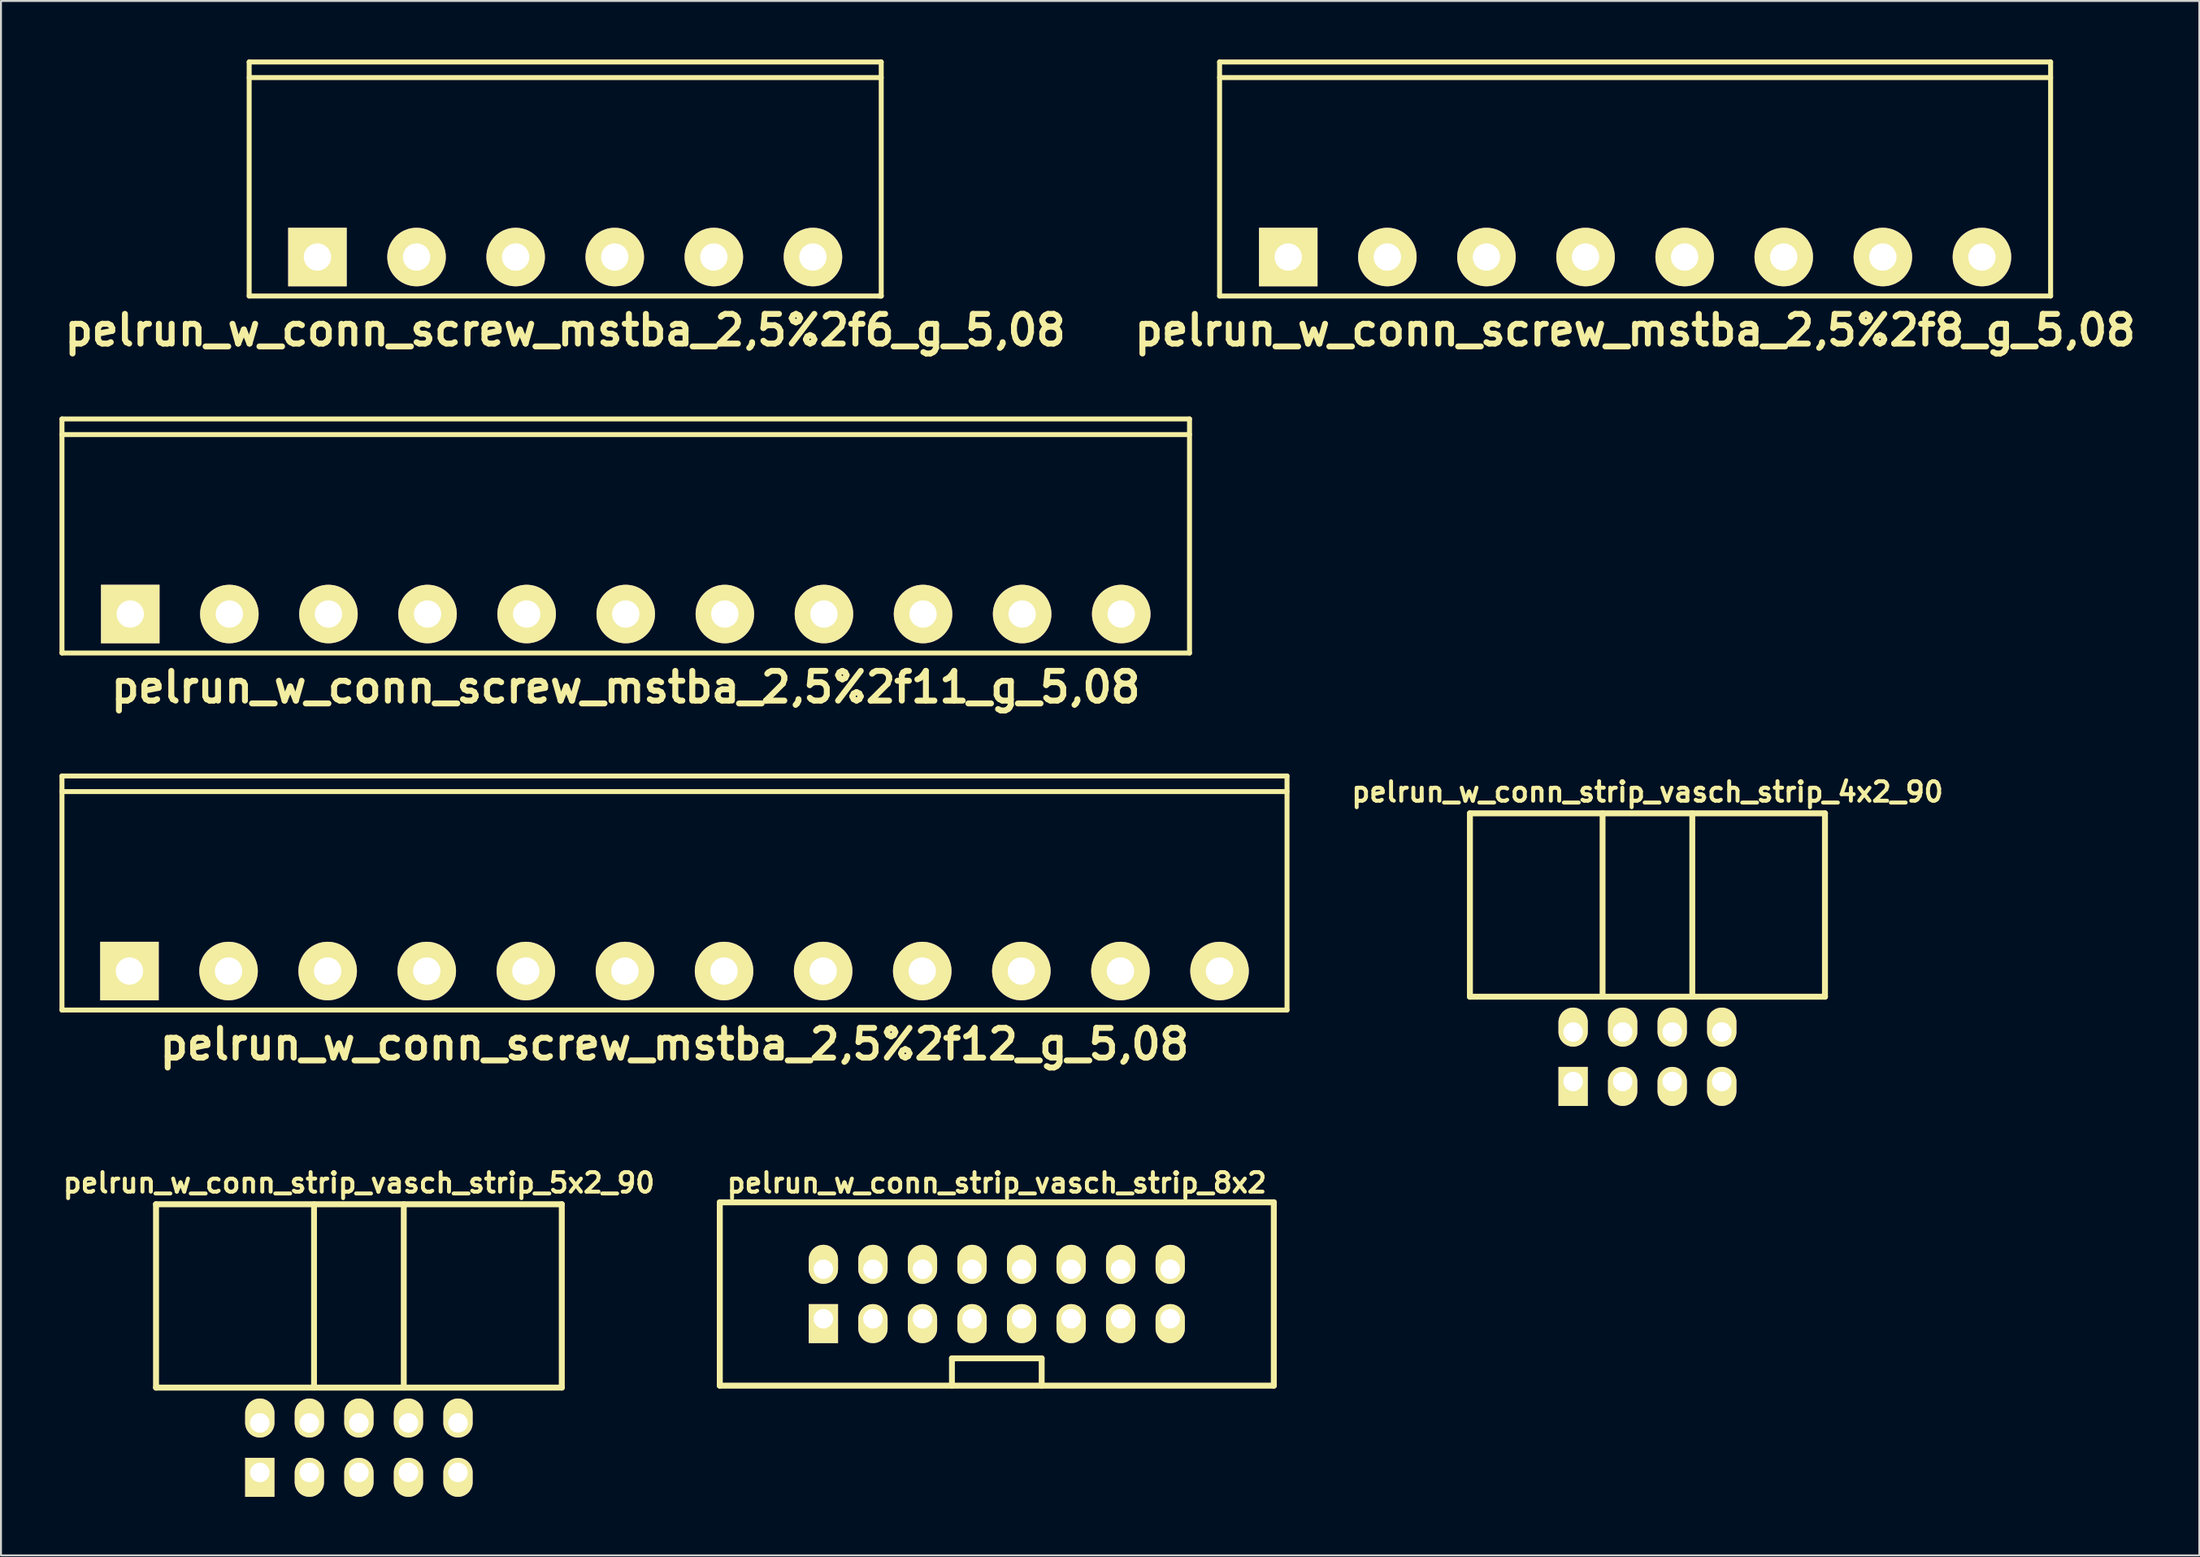
<source format=kicad_pcb>
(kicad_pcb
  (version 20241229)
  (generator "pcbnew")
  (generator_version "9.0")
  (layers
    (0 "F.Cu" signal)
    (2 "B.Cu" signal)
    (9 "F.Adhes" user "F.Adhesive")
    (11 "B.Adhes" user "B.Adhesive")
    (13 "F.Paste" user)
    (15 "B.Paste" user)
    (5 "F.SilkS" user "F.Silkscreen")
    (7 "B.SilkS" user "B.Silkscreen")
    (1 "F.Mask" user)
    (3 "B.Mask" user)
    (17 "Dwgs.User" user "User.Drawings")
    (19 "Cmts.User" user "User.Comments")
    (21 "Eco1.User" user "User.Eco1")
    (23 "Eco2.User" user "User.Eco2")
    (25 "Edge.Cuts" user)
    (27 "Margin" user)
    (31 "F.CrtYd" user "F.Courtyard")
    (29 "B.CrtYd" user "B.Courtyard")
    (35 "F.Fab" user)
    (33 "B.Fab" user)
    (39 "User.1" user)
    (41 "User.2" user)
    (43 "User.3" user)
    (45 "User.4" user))
  (footprint "pelrun_w_conn_screw_mstba_2,5%2f12_g_5,08"
    (layer "F.Cu")
    (at 31.526 46.732)
    (property "Reference" "pelrun_w_conn_screw_mstba_2,5%2f12_g_5,08" (at 0 3.749 0) (layer "F.SilkS") (effects (font (size 1.524 1.524) (thickness 0.305))))
    (attr through_hole)
    (fp_line (start -31.399 -10) (end -31.399 1.999) (stroke (width 0.254) (type solid)) (layer "F.SilkS"))
    (fp_line (start -31.399 -9.2) (end 31.399 -9.2) (stroke (width 0.254) (type solid)) (layer "F.SilkS"))
    (fp_line (start -31.399 1.999) (end 31.399 1.999) (stroke (width 0.254) (type solid)) (layer "F.SilkS"))
    (fp_line (start 31.399 -10) (end -31.399 -10) (stroke (width 0.254) (type solid)) (layer "F.SilkS"))
    (fp_line (start 31.399 1.999) (end 31.399 -10) (stroke (width 0.254) (type solid)) (layer "F.SilkS"))
    (pad "1" thru_hole rect (at -27.94 0) (size 3 3) (drill 1.4) (layers "*.Cu" "*.Mask" "F.SilkS"))
    (pad "2" thru_hole circle (at -22.86 0) (size 3 3) (drill 1.4) (layers "*.Cu" "*.Mask" "F.SilkS"))
    (pad "3" thru_hole circle (at -17.78 0) (size 3 3) (drill 1.4) (layers "*.Cu" "*.Mask" "F.SilkS"))
    (pad "4" thru_hole circle (at -12.7 0) (size 3 3) (drill 1.4) (layers "*.Cu" "*.Mask" "F.SilkS"))
    (pad "5" thru_hole circle (at -7.62 0) (size 3 3) (drill 1.4) (layers "*.Cu" "*.Mask" "F.SilkS"))
    (pad "6" thru_hole circle (at -2.54 0) (size 3 3) (drill 1.4) (layers "*.Cu" "*.Mask" "F.SilkS"))
    (pad "7" thru_hole circle (at 2.54 0) (size 3 3) (drill 1.4) (layers "*.Cu" "*.Mask" "F.SilkS"))
    (pad "8" thru_hole circle (at 7.62 0) (size 3 3) (drill 1.4) (layers "*.Cu" "*.Mask" "F.SilkS"))
    (pad "9" thru_hole circle (at 12.7 0) (size 3 3) (drill 1.4) (layers "*.Cu" "*.Mask" "F.SilkS"))
    (pad "10" thru_hole circle (at 17.78 0) (size 3 3) (drill 1.4) (layers "*.Cu" "*.Mask" "F.SilkS"))
    (pad "11" thru_hole circle (at 22.86 0) (size 3 3) (drill 1.4) (layers "*.Cu" "*.Mask" "F.SilkS"))
    (pad "12" thru_hole circle (at 27.94 0) (size 3 3) (drill 1.4) (layers "*.Cu" "*.Mask" "F.SilkS")))
  (footprint "pelrun_w_conn_screw_mstba_2,5%2f6_g_5,08"
    (layer "F.Cu")
    (at 25.923 10.127)
    (property "Reference" "pelrun_w_conn_screw_mstba_2,5%2f6_g_5,08" (at 0 3.749 0) (layer "F.SilkS") (effects (font (size 1.524 1.524) (thickness 0.305))))
    (attr through_hole)
    (fp_line (start -16.2 -10) (end 16.2 -10) (stroke (width 0.254) (type solid)) (layer "F.SilkS"))
    (fp_line (start -16.2 1.999) (end -16.2 -10) (stroke (width 0.254) (type solid)) (layer "F.SilkS"))
    (fp_line (start -16.2 1.999) (end 16.2 1.999) (stroke (width 0.254) (type solid)) (layer "F.SilkS"))
    (fp_line (start 16.2 -10) (end 16.2 1.999) (stroke (width 0.254) (type solid)) (layer "F.SilkS"))
    (fp_line (start 16.2 -9.2) (end -16.2 -9.2) (stroke (width 0.254) (type solid)) (layer "F.SilkS"))
    (fp_line (start 16.2 1.999) (end 16.101 1.999) (stroke (width 0.254) (type solid)) (layer "F.SilkS"))
    (pad "1" thru_hole rect (at -12.7 0) (size 3 3) (drill 1.4) (layers "*.Cu" "*.Mask" "F.SilkS"))
    (pad "2" thru_hole circle (at -7.62 0) (size 3 3) (drill 1.4) (layers "*.Cu" "*.Mask" "F.SilkS"))
    (pad "3" thru_hole circle (at -2.54 0) (size 3 3) (drill 1.4) (layers "*.Cu" "*.Mask" "F.SilkS"))
    (pad "4" thru_hole circle (at 2.54 0) (size 3 3) (drill 1.4) (layers "*.Cu" "*.Mask" "F.SilkS"))
    (pad "5" thru_hole circle (at 7.62 0) (size 3 3) (drill 1.4) (layers "*.Cu" "*.Mask" "F.SilkS"))
    (pad "6" thru_hole circle (at 12.7 0) (size 3 3) (drill 1.4) (layers "*.Cu" "*.Mask" "F.SilkS")))
  (footprint "pelrun_w_conn_screw_mstba_2,5%2f11_g_5,08"
    (layer "F.Cu")
    (at 29.027 28.429)
    (property "Reference" "pelrun_w_conn_screw_mstba_2,5%2f11_g_5,08" (at 0 3.749 0) (layer "F.SilkS") (effects (font (size 1.524 1.524) (thickness 0.305))))
    (attr through_hole)
    (fp_line (start -28.9 -10) (end 28.9 -10) (stroke (width 0.254) (type solid)) (layer "F.SilkS"))
    (fp_line (start -28.9 -9.2) (end 28.9 -9.2) (stroke (width 0.254) (type solid)) (layer "F.SilkS"))
    (fp_line (start -28.9 1.999) (end -28.9 -10) (stroke (width 0.254) (type solid)) (layer "F.SilkS"))
    (fp_line (start 28.9 -10) (end 28.9 1.999) (stroke (width 0.254) (type solid)) (layer "F.SilkS"))
    (fp_line (start 28.9 1.999) (end -28.9 1.999) (stroke (width 0.254) (type solid)) (layer "F.SilkS"))
    (pad "1" thru_hole rect (at -25.4 0) (size 3 3) (drill 1.4) (layers "*.Cu" "*.Mask" "F.SilkS"))
    (pad "2" thru_hole circle (at -20.32 0) (size 3 3) (drill 1.4) (layers "*.Cu" "*.Mask" "F.SilkS"))
    (pad "3" thru_hole circle (at -15.24 0) (size 3 3) (drill 1.4) (layers "*.Cu" "*.Mask" "F.SilkS"))
    (pad "4" thru_hole circle (at -10.16 0) (size 3 3) (drill 1.4) (layers "*.Cu" "*.Mask" "F.SilkS"))
    (pad "5" thru_hole circle (at -5.08 0) (size 3 3) (drill 1.4) (layers "*.Cu" "*.Mask" "F.SilkS"))
    (pad "6" thru_hole circle (at 0 0) (size 3 3) (drill 1.4) (layers "*.Cu" "*.Mask" "F.SilkS"))
    (pad "7" thru_hole circle (at 5.08 0) (size 3 3) (drill 1.4) (layers "*.Cu" "*.Mask" "F.SilkS"))
    (pad "8" thru_hole circle (at 10.16 0) (size 3 3) (drill 1.4) (layers "*.Cu" "*.Mask" "F.SilkS"))
    (pad "9" thru_hole circle (at 15.24 0) (size 3 3) (drill 1.4) (layers "*.Cu" "*.Mask" "F.SilkS"))
    (pad "10" thru_hole circle (at 20.32 0) (size 3 3) (drill 1.4) (layers "*.Cu" "*.Mask" "F.SilkS"))
    (pad "11" thru_hole circle (at 25.4 0) (size 3 3) (drill 1.4) (layers "*.Cu" "*.Mask" "F.SilkS")))
  (footprint "pelrun_w_conn_screw_mstba_2,5%2f8_g_5,08"
    (layer "F.Cu")
    (at 80.768 10.127)
    (property "Reference" "pelrun_w_conn_screw_mstba_2,5%2f8_g_5,08" (at 0 3.749 0) (layer "F.SilkS") (effects (font (size 1.524 1.524) (thickness 0.305))))
    (attr through_hole)
    (fp_line (start -21.3 -10) (end -21.3 1.999) (stroke (width 0.254) (type solid)) (layer "F.SilkS"))
    (fp_line (start -21.3 -9.2) (end 21.3 -9.2) (stroke (width 0.254) (type solid)) (layer "F.SilkS"))
    (fp_line (start -21.3 1.999) (end 21.3 1.999) (stroke (width 0.254) (type solid)) (layer "F.SilkS"))
    (fp_line (start 21.3 -10) (end -21.3 -10) (stroke (width 0.254) (type solid)) (layer "F.SilkS"))
    (fp_line (start 21.3 1.999) (end 21.3 -10) (stroke (width 0.254) (type solid)) (layer "F.SilkS"))
    (pad "1" thru_hole rect (at -17.78 0) (size 3 3) (drill 1.4) (layers "*.Cu" "*.Mask" "F.SilkS"))
    (pad "2" thru_hole circle (at -12.7 0) (size 3 3) (drill 1.4) (layers "*.Cu" "*.Mask" "F.SilkS"))
    (pad "3" thru_hole circle (at -7.62 0) (size 3 3) (drill 1.4) (layers "*.Cu" "*.Mask" "F.SilkS"))
    (pad "4" thru_hole circle (at -2.54 0) (size 3 3) (drill 1.4) (layers "*.Cu" "*.Mask" "F.SilkS"))
    (pad "5" thru_hole circle (at 2.54 0) (size 3 3) (drill 1.4) (layers "*.Cu" "*.Mask" "F.SilkS"))
    (pad "6" thru_hole circle (at 7.62 0) (size 3 3) (drill 1.4) (layers "*.Cu" "*.Mask" "F.SilkS"))
    (pad "7" thru_hole circle (at 12.7 0) (size 3 3) (drill 1.4) (layers "*.Cu" "*.Mask" "F.SilkS"))
    (pad "8" thru_hole circle (at 17.78 0) (size 3 3) (drill 1.4) (layers "*.Cu" "*.Mask" "F.SilkS")))
  (footprint "pelrun_w_conn_strip_vasch_strip_8x2"
    (layer "F.Cu")
    (at 48.048 63.288)
    (property "Reference" "pelrun_w_conn_strip_vasch_strip_8x2" (at 0 -5.7 0) (layer "F.SilkS") (effects (font (size 1 1) (thickness 0.203))))
    (attr through_hole)
    (fp_line (start -14.2 -4.7) (end -14.2 4.7) (stroke (width 0.305) (type solid)) (layer "F.SilkS"))
    (fp_line (start -14.2 4.7) (end 14.2 4.7) (stroke (width 0.305) (type solid)) (layer "F.SilkS"))
    (fp_line (start -2.3 3.3) (end -2.3 4.7) (stroke (width 0.3) (type solid)) (layer "F.SilkS"))
    (fp_line (start 2.3 3.3) (end -2.3 3.3) (stroke (width 0.3) (type solid)) (layer "F.SilkS"))
    (fp_line (start 2.3 4.7) (end 2.3 3.3) (stroke (width 0.3) (type solid)) (layer "F.SilkS"))
    (fp_line (start 14.2 -4.7) (end -14.2 -4.7) (stroke (width 0.305) (type solid)) (layer "F.SilkS"))
    (fp_line (start 14.2 -4.7) (end 14.2 4.7) (stroke (width 0.305) (type solid)) (layer "F.SilkS"))
    (pad "1" thru_hole rect (at -8.89 1.27) (size 1.5 2) (drill 1 (offset 0 0.25)) (layers "*.Cu" "*.Mask" "F.SilkS"))
    (pad "2" thru_hole oval (at -8.89 -1.27) (size 1.5 2) (drill 1 (offset 0 -0.25)) (layers "*.Cu" "*.Mask" "F.SilkS"))
    (pad "3" thru_hole oval (at -6.35 1.27) (size 1.5 2) (drill 1 (offset 0 0.25)) (layers "*.Cu" "*.Mask" "F.SilkS"))
    (pad "4" thru_hole oval (at -6.35 -1.27) (size 1.5 2) (drill 1 (offset 0 -0.25)) (layers "*.Cu" "*.Mask" "F.SilkS"))
    (pad "5" thru_hole oval (at -3.81 1.27) (size 1.5 2) (drill 1 (offset 0 0.25)) (layers "*.Cu" "*.Mask" "F.SilkS"))
    (pad "6" thru_hole oval (at -3.81 -1.27) (size 1.5 2) (drill 1 (offset 0 -0.25)) (layers "*.Cu" "*.Mask" "F.SilkS"))
    (pad "7" thru_hole oval (at -1.27 1.27) (size 1.5 2) (drill 1 (offset 0 0.25)) (layers "*.Cu" "*.Mask" "F.SilkS"))
    (pad "8" thru_hole oval (at -1.27 -1.27) (size 1.5 2) (drill 1 (offset 0 -0.25)) (layers "*.Cu" "*.Mask" "F.SilkS"))
    (pad "9" thru_hole oval (at 1.27 1.27) (size 1.5 2) (drill 1 (offset 0 0.25)) (layers "*.Cu" "*.Mask" "F.SilkS"))
    (pad "10" thru_hole oval (at 1.27 -1.27) (size 1.5 2) (drill 1 (offset 0 -0.25)) (layers "*.Cu" "*.Mask" "F.SilkS"))
    (pad "11" thru_hole oval (at 3.81 1.27) (size 1.5 2) (drill 1 (offset 0 0.25)) (layers "*.Cu" "*.Mask" "F.SilkS"))
    (pad "12" thru_hole oval (at 3.81 -1.27) (size 1.5 2) (drill 1 (offset 0 -0.25)) (layers "*.Cu" "*.Mask" "F.SilkS"))
    (pad "13" thru_hole oval (at 6.35 1.27) (size 1.5 2) (drill 1 (offset 0 0.25)) (layers "*.Cu" "*.Mask" "F.SilkS"))
    (pad "14" thru_hole oval (at 6.35 -1.27) (size 1.5 2) (drill 1 (offset 0 -0.25)) (layers "*.Cu" "*.Mask" "F.SilkS"))
    (pad "15" thru_hole oval (at 8.89 1.27) (size 1.5 2) (drill 1 (offset 0 0.25)) (layers "*.Cu" "*.Mask" "F.SilkS"))
    (pad "16" thru_hole oval (at 8.89 -1.27) (size 1.5 2) (drill 1 (offset 0 -0.25)) (layers "*.Cu" "*.Mask" "F.SilkS")))
  (footprint "pelrun_w_conn_strip_vasch_strip_5x2_90"
    (layer "F.Cu")
    (at 15.348 66.088)
    (property "Reference" "pelrun_w_conn_strip_vasch_strip_5x2_90" (at 0 -8.5 0) (layer "F.SilkS") (effects (font (size 1 1) (thickness 0.203))))
    (attr through_hole)
    (fp_line (start -10.4 -7.4) (end -10.4 2) (stroke (width 0.305) (type solid)) (layer "F.SilkS"))
    (fp_line (start -10.4 2) (end 10.4 2) (stroke (width 0.305) (type solid)) (layer "F.SilkS"))
    (fp_line (start -2.3 -7.4) (end -2.3 2) (stroke (width 0.3) (type solid)) (layer "F.SilkS"))
    (fp_line (start 2.3 -7.4) (end 2.3 2) (stroke (width 0.3) (type solid)) (layer "F.SilkS"))
    (fp_line (start 10.4 -7.4) (end -10.4 -7.4) (stroke (width 0.305) (type solid)) (layer "F.SilkS"))
    (fp_line (start 10.4 -7.4) (end 10.4 2) (stroke (width 0.305) (type solid)) (layer "F.SilkS"))
    (pad "1" thru_hole rect (at -5.08 6.35) (size 1.5 2) (drill 1 (offset 0 0.25)) (layers "*.Cu" "*.Mask" "F.SilkS"))
    (pad "2" thru_hole oval (at -5.08 3.81) (size 1.5 2) (drill 1 (offset 0 -0.25)) (layers "*.Cu" "*.Mask" "F.SilkS"))
    (pad "3" thru_hole oval (at -2.54 6.35) (size 1.5 2) (drill 1 (offset 0 0.25)) (layers "*.Cu" "*.Mask" "F.SilkS"))
    (pad "4" thru_hole oval (at -2.54 3.81) (size 1.5 2) (drill 1 (offset 0 -0.25)) (layers "*.Cu" "*.Mask" "F.SilkS"))
    (pad "5" thru_hole oval (at 0 6.35) (size 1.5 2) (drill 1 (offset 0 0.25)) (layers "*.Cu" "*.Mask" "F.SilkS"))
    (pad "6" thru_hole oval (at 0 3.81) (size 1.5 2) (drill 1 (offset 0 -0.25)) (layers "*.Cu" "*.Mask" "F.SilkS"))
    (pad "7" thru_hole oval (at 2.54 6.35) (size 1.5 2) (drill 1 (offset 0 0.25)) (layers "*.Cu" "*.Mask" "F.SilkS"))
    (pad "8" thru_hole oval (at 2.54 3.81) (size 1.5 2) (drill 1 (offset 0 -0.25)) (layers "*.Cu" "*.Mask" "F.SilkS"))
    (pad "9" thru_hole oval (at 5.08 6.35) (size 1.5 2) (drill 1 (offset 0 0.25)) (layers "*.Cu" "*.Mask" "F.SilkS"))
    (pad "10" thru_hole oval (at 5.08 3.81) (size 1.5 2) (drill 1 (offset 0 -0.25)) (layers "*.Cu" "*.Mask" "F.SilkS")))
  (footprint "pelrun_w_conn_strip_vasch_strip_4x2_90"
    (layer "F.Cu")
    (at 81.401 46.047)
    (property "Reference" "pelrun_w_conn_strip_vasch_strip_4x2_90" (at 0 -8.5 0) (layer "F.SilkS") (effects (font (size 1 1) (thickness 0.203))))
    (attr through_hole)
    (fp_line (start -9.1 -7.4) (end -9.1 2) (stroke (width 0.305) (type solid)) (layer "F.SilkS"))
    (fp_line (start -9.1 2) (end 9.1 2) (stroke (width 0.305) (type solid)) (layer "F.SilkS"))
    (fp_line (start -2.3 -7.4) (end -2.3 2) (stroke (width 0.3) (type solid)) (layer "F.SilkS"))
    (fp_line (start 2.3 -7.4) (end 2.3 2) (stroke (width 0.3) (type solid)) (layer "F.SilkS"))
    (fp_line (start 9.1 -7.4) (end -9.1 -7.4) (stroke (width 0.305) (type solid)) (layer "F.SilkS"))
    (fp_line (start 9.1 -7.4) (end 9.1 2) (stroke (width 0.305) (type solid)) (layer "F.SilkS"))
    (pad "1" thru_hole rect (at -3.81 6.35) (size 1.5 2) (drill 1 (offset 0 0.25)) (layers "*.Cu" "*.Mask" "F.SilkS"))
    (pad "2" thru_hole oval (at -3.81 3.81) (size 1.5 2) (drill 1 (offset 0 -0.25)) (layers "*.Cu" "*.Mask" "F.SilkS"))
    (pad "3" thru_hole oval (at -1.27 6.35) (size 1.5 2) (drill 1 (offset 0 0.25)) (layers "*.Cu" "*.Mask" "F.SilkS"))
    (pad "4" thru_hole oval (at -1.27 3.81) (size 1.5 2) (drill 1 (offset 0 -0.25)) (layers "*.Cu" "*.Mask" "F.SilkS"))
    (pad "5" thru_hole oval (at 1.27 6.35) (size 1.5 2) (drill 1 (offset 0 0.25)) (layers "*.Cu" "*.Mask" "F.SilkS"))
    (pad "6" thru_hole oval (at 1.27 3.81) (size 1.5 2) (drill 1 (offset 0 -0.25)) (layers "*.Cu" "*.Mask" "F.SilkS"))
    (pad "7" thru_hole oval (at 3.81 6.35) (size 1.5 2) (drill 1 (offset 0 0.25)) (layers "*.Cu" "*.Mask" "F.SilkS"))
    (pad "8" thru_hole oval (at 3.81 3.81) (size 1.5 2) (drill 1 (offset 0 -0.25)) (layers "*.Cu" "*.Mask" "F.SilkS")))
  (gr_rect
    (start -3 -3)
    (end 109.69 76.688)
    (stroke (width 0.1) (type default))
    (fill no)
    (layer "Edge.Cuts")))
</source>
